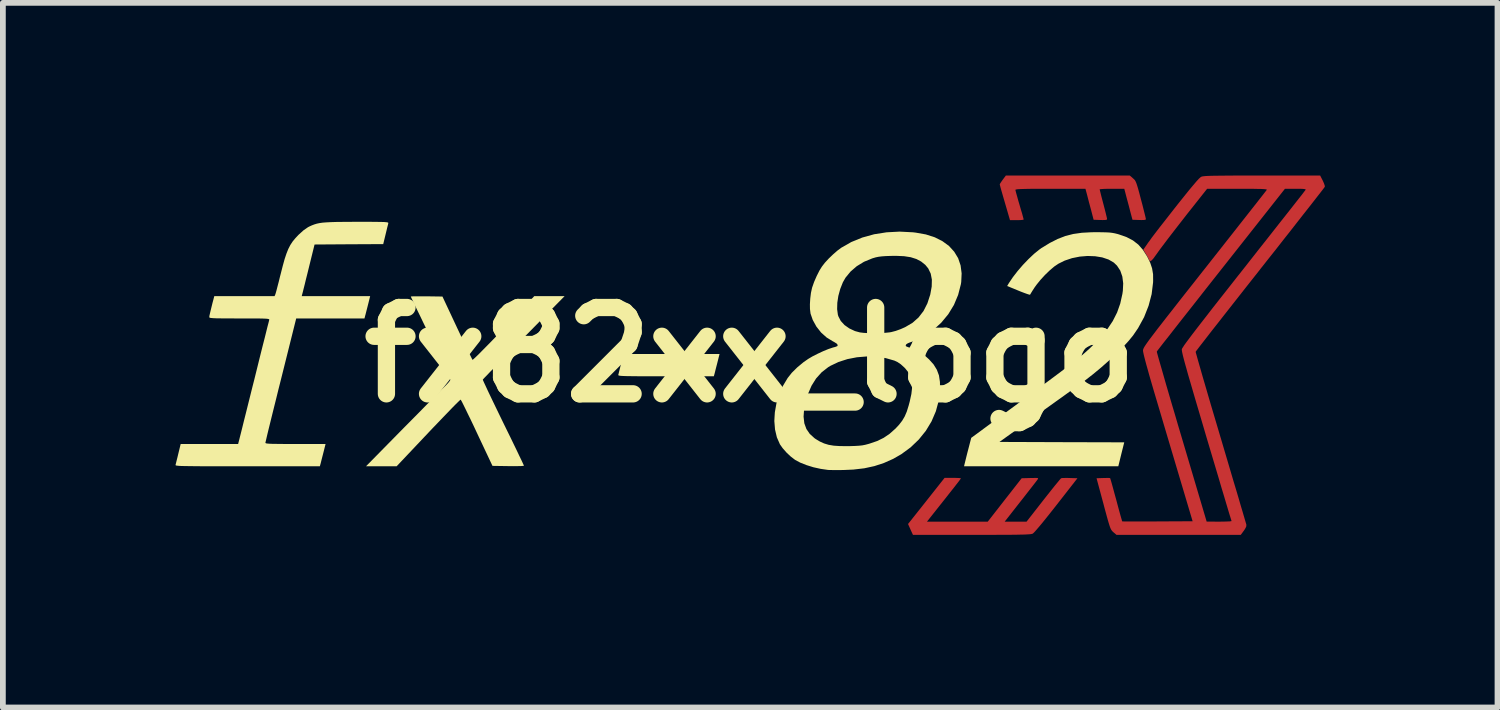
<source format=kicad_pcb>
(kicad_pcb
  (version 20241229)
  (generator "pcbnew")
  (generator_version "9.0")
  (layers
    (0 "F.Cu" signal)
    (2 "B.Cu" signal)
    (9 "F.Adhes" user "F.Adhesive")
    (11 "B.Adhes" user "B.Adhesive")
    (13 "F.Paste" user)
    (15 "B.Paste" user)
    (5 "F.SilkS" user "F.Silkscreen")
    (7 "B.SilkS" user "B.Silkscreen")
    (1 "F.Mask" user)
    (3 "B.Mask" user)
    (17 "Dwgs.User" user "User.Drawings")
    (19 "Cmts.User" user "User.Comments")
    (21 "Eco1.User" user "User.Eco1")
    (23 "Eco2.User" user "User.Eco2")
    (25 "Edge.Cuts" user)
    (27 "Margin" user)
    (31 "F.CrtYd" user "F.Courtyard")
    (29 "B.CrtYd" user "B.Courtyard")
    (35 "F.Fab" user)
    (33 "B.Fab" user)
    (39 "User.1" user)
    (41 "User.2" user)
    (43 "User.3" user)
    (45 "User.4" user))
  (footprint "fx82xx_logo"
    (layer "F.Cu")
    (at 9.985 3.114)
    (property "Reference" "fx82xx_logo" (at 0 0 0) (layer "F.SilkS") (effects (font (size 1.5 1.5) (thickness 0.3))))
    (attr board_only exclude_from_pos_files exclude_from_bom)
    (fp_poly (pts (xy 3.577 2.139) (xy 3.625 2.141) (xy 3.654 2.144) (xy 3.659 2.147) (xy 3.655 2.154) (xy 3.641 2.174) (xy 3.617 2.206) (xy 3.581 2.252) (xy 3.533 2.314) (xy 3.47 2.393) (xy 3.394 2.49) (xy 3.301 2.607) (xy 3.192 2.745) (xy 3.175 2.766) (xy 3.07 2.899) (xy 3.598 2.899) (xy 4.126 2.899) (xy 4.42 2.522) (xy 4.715 2.145) (xy 4.864 2.141) (xy 4.93 2.14) (xy 4.972 2.14) (xy 4.994 2.142) (xy 5.001 2.149) (xy 4.997 2.159) (xy 4.992 2.166) (xy 4.979 2.184) (xy 4.95 2.222) (xy 4.908 2.276) (xy 4.855 2.344) (xy 4.794 2.422) (xy 4.727 2.508) (xy 4.696 2.547) (xy 4.42 2.899) (xy 4.61 2.899) (xy 4.8 2.899) (xy 5.093 2.524) (xy 5.164 2.434) (xy 5.229 2.352) (xy 5.287 2.279) (xy 5.336 2.22) (xy 5.373 2.175) (xy 5.396 2.149) (xy 5.403 2.144) (xy 5.424 2.141) (xy 5.466 2.14) (xy 5.522 2.14) (xy 5.552 2.141) (xy 5.684 2.145) (xy 5.317 2.615) (xy 5.227 2.729) (xy 5.145 2.832) (xy 5.073 2.921) (xy 5.011 2.995) (xy 4.962 3.052) (xy 4.927 3.09) (xy 4.908 3.107) (xy 4.908 3.107) (xy 4.896 3.111) (xy 4.879 3.115) (xy 4.853 3.118) (xy 4.816 3.12) (xy 4.768 3.123) (xy 4.705 3.124) (xy 4.625 3.126) (xy 4.528 3.127) (xy 4.41 3.127) (xy 4.271 3.128) (xy 4.107 3.128) (xy 3.917 3.128) (xy 3.846 3.128) (xy 2.826 3.128) (xy 2.783 3.034) (xy 2.741 2.94) (xy 3.059 2.539) (xy 3.376 2.138) (xy 3.518 2.138)) (stroke (width 0) (type solid)) (fill yes) (layer "F.Cu"))
    (fp_poly (pts (xy 5.517 -3.114) (xy 6.594 -3.114) (xy 6.648 -3.067) (xy 6.666 -3.051) (xy 6.681 -3.035) (xy 6.693 -3.015) (xy 6.706 -2.986) (xy 6.72 -2.945) (xy 6.737 -2.889) (xy 6.758 -2.813) (xy 6.784 -2.713) (xy 6.788 -2.698) (xy 6.813 -2.605) (xy 6.834 -2.521) (xy 6.852 -2.45) (xy 6.865 -2.397) (xy 6.872 -2.364) (xy 6.874 -2.356) (xy 6.866 -2.347) (xy 6.841 -2.342) (xy 6.793 -2.341) (xy 6.757 -2.342) (xy 6.64 -2.346) (xy 6.598 -2.504) (xy 6.578 -2.582) (xy 6.556 -2.664) (xy 6.536 -2.738) (xy 6.527 -2.773) (xy 6.498 -2.884) (xy 6.284 -2.884) (xy 6.209 -2.884) (xy 6.146 -2.882) (xy 6.099 -2.879) (xy 6.074 -2.876) (xy 6.07 -2.874) (xy 6.074 -2.857) (xy 6.084 -2.817) (xy 6.098 -2.759) (xy 6.117 -2.687) (xy 6.135 -2.619) (xy 6.156 -2.539) (xy 6.174 -2.467) (xy 6.188 -2.41) (xy 6.197 -2.371) (xy 6.199 -2.356) (xy 6.192 -2.347) (xy 6.166 -2.342) (xy 6.119 -2.341) (xy 6.082 -2.342) (xy 5.965 -2.346) (xy 5.924 -2.504) (xy 5.903 -2.582) (xy 5.881 -2.664) (xy 5.862 -2.738) (xy 5.853 -2.773) (xy 5.823 -2.884) (xy 5.215 -2.884) (xy 5.062 -2.884) (xy 4.935 -2.884) (xy 4.833 -2.883) (xy 4.752 -2.881) (xy 4.692 -2.879) (xy 4.65 -2.877) (xy 4.623 -2.873) (xy 4.609 -2.869) (xy 4.606 -2.866) (xy 4.61 -2.847) (xy 4.621 -2.805) (xy 4.638 -2.745) (xy 4.658 -2.672) (xy 4.678 -2.605) (xy 4.701 -2.525) (xy 4.722 -2.456) (xy 4.737 -2.4) (xy 4.747 -2.363) (xy 4.75 -2.35) (xy 4.737 -2.345) (xy 4.701 -2.341) (xy 4.651 -2.339) (xy 4.631 -2.339) (xy 4.512 -2.339) (xy 4.423 -2.645) (xy 4.397 -2.734) (xy 4.374 -2.814) (xy 4.355 -2.88) (xy 4.342 -2.929) (xy 4.335 -2.957) (xy 4.334 -2.961) (xy 4.342 -2.977) (xy 4.363 -3.009) (xy 4.387 -3.043) (xy 4.44 -3.114)) (stroke (width 0) (type solid)) (fill yes) (layer "F.Cu"))
    (fp_poly (pts (xy 9.946 -3.026) (xy 9.967 -2.979) (xy 9.98 -2.941) (xy 9.982 -2.919) (xy 9.972 -2.905) (xy 9.946 -2.87) (xy 9.904 -2.816) (xy 9.847 -2.743) (xy 9.777 -2.653) (xy 9.694 -2.547) (xy 9.6 -2.428) (xy 9.496 -2.295) (xy 9.383 -2.15) (xy 9.261 -1.996) (xy 9.133 -1.832) (xy 8.998 -1.662) (xy 8.858 -1.485) (xy 8.858 -1.484) (xy 8.719 -1.308) (xy 8.584 -1.137) (xy 8.456 -0.974) (xy 8.334 -0.819) (xy 8.221 -0.675) (xy 8.117 -0.542) (xy 8.023 -0.423) (xy 7.941 -0.317) (xy 7.871 -0.227) (xy 7.815 -0.155) (xy 7.773 -0.1) (xy 7.747 -0.066) (xy 7.738 -0.053) (xy 7.738 -0.053) (xy 7.741 -0.037) (xy 7.753 0.005) (xy 7.771 0.07) (xy 7.796 0.158) (xy 7.827 0.266) (xy 7.863 0.392) (xy 7.905 0.535) (xy 7.951 0.693) (xy 8.001 0.864) (xy 8.055 1.046) (xy 8.112 1.238) (xy 8.171 1.437) (xy 8.173 1.443) (xy 8.232 1.643) (xy 8.289 1.835) (xy 8.343 2.018) (xy 8.394 2.191) (xy 8.442 2.35) (xy 8.485 2.495) (xy 8.522 2.623) (xy 8.555 2.733) (xy 8.581 2.822) (xy 8.601 2.89) (xy 8.614 2.934) (xy 8.619 2.952) (xy 8.619 2.952) (xy 8.617 2.983) (xy 8.596 3.025) (xy 8.575 3.056) (xy 8.522 3.128) (xy 7.442 3.128) (xy 6.362 3.128) (xy 6.308 3.082) (xy 6.293 3.068) (xy 6.281 3.054) (xy 6.269 3.036) (xy 6.257 3.011) (xy 6.244 2.976) (xy 6.229 2.928) (xy 6.21 2.864) (xy 6.187 2.78) (xy 6.158 2.674) (xy 6.136 2.59) (xy 6.016 2.145) (xy 6.131 2.141) (xy 6.185 2.14) (xy 6.228 2.14) (xy 6.25 2.142) (xy 6.252 2.143) (xy 6.257 2.158) (xy 6.269 2.197) (xy 6.286 2.257) (xy 6.307 2.333) (xy 6.331 2.422) (xy 6.358 2.519) (xy 6.384 2.617) (xy 6.408 2.706) (xy 6.429 2.782) (xy 6.446 2.841) (xy 6.457 2.879) (xy 6.462 2.894) (xy 6.477 2.895) (xy 6.518 2.896) (xy 6.581 2.896) (xy 6.665 2.896) (xy 6.765 2.896) (xy 6.878 2.896) (xy 7.003 2.896) (xy 7.076 2.895) (xy 7.685 2.892) (xy 7.251 1.435) (xy 7.18 1.196) (xy 7.117 0.983) (xy 7.061 0.795) (xy 7.012 0.63) (xy 6.97 0.486) (xy 6.934 0.362) (xy 6.905 0.257) (xy 6.88 0.169) (xy 6.861 0.097) (xy 6.846 0.039) (xy 6.835 -0.006) (xy 6.828 -0.04) (xy 6.825 -0.056) (xy 7.063 -0.056) (xy 7.066 -0.04) (xy 7.077 0.001) (xy 7.095 0.066) (xy 7.12 0.153) (xy 7.151 0.26) (xy 7.187 0.386) (xy 7.228 0.529) (xy 7.274 0.686) (xy 7.324 0.857) (xy 7.378 1.038) (xy 7.434 1.23) (xy 7.493 1.428) (xy 7.929 2.898) (xy 8.148 2.899) (xy 8.223 2.898) (xy 8.287 2.896) (xy 8.333 2.894) (xy 8.358 2.89) (xy 8.361 2.888) (xy 8.357 2.873) (xy 8.344 2.832) (xy 8.324 2.768) (xy 8.298 2.681) (xy 8.266 2.574) (xy 8.229 2.449) (xy 8.186 2.307) (xy 8.14 2.15) (xy 8.089 1.979) (xy 8.035 1.798) (xy 7.978 1.607) (xy 7.921 1.416) (xy 7.851 1.177) (xy 7.788 0.964) (xy 7.732 0.775) (xy 7.684 0.61) (xy 7.642 0.466) (xy 7.606 0.343) (xy 7.577 0.238) (xy 7.552 0.15) (xy 7.533 0.079) (xy 7.518 0.021) (xy 7.508 -0.023) (xy 7.501 -0.056) (xy 7.498 -0.079) (xy 7.497 -0.094) (xy 7.498 -0.096) (xy 7.503 -0.11) (xy 7.518 -0.133) (xy 7.541 -0.169) (xy 7.575 -0.216) (xy 7.62 -0.276) (xy 7.676 -0.351) (xy 7.745 -0.441) (xy 7.826 -0.546) (xy 7.922 -0.669) (xy 8.031 -0.81) (xy 8.156 -0.969) (xy 8.298 -1.149) (xy 8.455 -1.349) (xy 8.573 -1.498) (xy 8.709 -1.671) (xy 8.84 -1.838) (xy 8.966 -1.997) (xy 9.084 -2.147) (xy 9.194 -2.287) (xy 9.295 -2.415) (xy 9.386 -2.53) (xy 9.465 -2.631) (xy 9.531 -2.715) (xy 9.584 -2.782) (xy 9.621 -2.831) (xy 9.643 -2.859) (xy 9.649 -2.866) (xy 9.647 -2.874) (xy 9.629 -2.879) (xy 9.592 -2.883) (xy 9.532 -2.884) (xy 9.474 -2.884) (xy 9.289 -2.884) (xy 8.178 -1.477) (xy 8.039 -1.301) (xy 7.905 -1.131) (xy 7.777 -0.968) (xy 7.656 -0.814) (xy 7.543 -0.671) (xy 7.439 -0.539) (xy 7.346 -0.42) (xy 7.264 -0.315) (xy 7.194 -0.227) (xy 7.138 -0.155) (xy 7.097 -0.102) (xy 7.071 -0.068) (xy 7.063 -0.056) (xy 6.825 -0.056) (xy 6.824 -0.064) (xy 6.823 -0.08) (xy 6.824 -0.083) (xy 6.826 -0.094) (xy 6.831 -0.107) (xy 6.839 -0.124) (xy 6.852 -0.146) (xy 6.871 -0.175) (xy 6.896 -0.211) (xy 6.928 -0.256) (xy 6.969 -0.31) (xy 7.019 -0.376) (xy 7.079 -0.455) (xy 7.151 -0.547) (xy 7.234 -0.654) (xy 7.331 -0.777) (xy 7.441 -0.918) (xy 7.566 -1.077) (xy 7.707 -1.255) (xy 7.864 -1.455) (xy 7.897 -1.496) (xy 8.033 -1.669) (xy 8.165 -1.836) (xy 8.29 -1.995) (xy 8.409 -2.146) (xy 8.519 -2.286) (xy 8.62 -2.414) (xy 8.71 -2.529) (xy 8.79 -2.63) (xy 8.856 -2.715) (xy 8.909 -2.782) (xy 8.947 -2.831) (xy 8.969 -2.859) (xy 8.974 -2.866) (xy 8.972 -2.871) (xy 8.956 -2.875) (xy 8.926 -2.878) (xy 8.878 -2.881) (xy 8.81 -2.882) (xy 8.72 -2.884) (xy 8.607 -2.884) (xy 8.467 -2.884) (xy 8.461 -2.884) (xy 7.937 -2.884) (xy 7.583 -2.437) (xy 7.499 -2.329) (xy 7.414 -2.22) (xy 7.332 -2.114) (xy 7.255 -2.014) (xy 7.188 -1.925) (xy 7.132 -1.851) (xy 7.092 -1.796) (xy 7.039 -1.722) (xy 7.001 -1.67) (xy 6.972 -1.639) (xy 6.942 -1.623) (xy 6.9 -1.708) (xy 6.828 -1.826) (xy 6.883 -1.905) (xy 6.911 -1.946) (xy 6.943 -1.989) (xy 6.977 -2.037) (xy 7.018 -2.091) (xy 7.067 -2.155) (xy 7.124 -2.229) (xy 7.194 -2.318) (xy 7.276 -2.423) (xy 7.373 -2.547) (xy 7.433 -2.623) (xy 7.537 -2.753) (xy 7.623 -2.86) (xy 7.695 -2.946) (xy 7.751 -3.012) (xy 7.793 -3.058) (xy 7.822 -3.084) (xy 7.832 -3.091) (xy 7.844 -3.096) (xy 7.861 -3.1) (xy 7.884 -3.103) (xy 7.917 -3.106) (xy 7.961 -3.108) (xy 8.018 -3.11) (xy 8.09 -3.111) (xy 8.18 -3.112) (xy 8.288 -3.113) (xy 8.418 -3.114) (xy 8.571 -3.114) (xy 8.749 -3.114) (xy 8.89 -3.114) (xy 9.901 -3.114)) (stroke (width 0) (type solid)) (fill yes) (layer "F.Cu"))
    (fp_poly (pts (xy 3.577 2.139) (xy 3.625 2.141) (xy 3.654 2.144) (xy 3.659 2.147) (xy 3.655 2.154) (xy 3.641 2.174) (xy 3.617 2.206) (xy 3.581 2.252) (xy 3.533 2.314) (xy 3.47 2.393) (xy 3.394 2.49) (xy 3.301 2.607) (xy 3.192 2.745) (xy 3.175 2.766) (xy 3.07 2.899) (xy 3.598 2.899) (xy 4.126 2.899) (xy 4.42 2.522) (xy 4.715 2.145) (xy 4.864 2.141) (xy 4.93 2.14) (xy 4.972 2.14) (xy 4.994 2.142) (xy 5.001 2.149) (xy 4.997 2.159) (xy 4.992 2.166) (xy 4.979 2.184) (xy 4.95 2.222) (xy 4.908 2.276) (xy 4.855 2.344) (xy 4.794 2.422) (xy 4.727 2.508) (xy 4.696 2.547) (xy 4.42 2.899) (xy 4.61 2.899) (xy 4.8 2.899) (xy 5.093 2.524) (xy 5.164 2.434) (xy 5.229 2.352) (xy 5.287 2.279) (xy 5.336 2.22) (xy 5.373 2.175) (xy 5.396 2.149) (xy 5.403 2.144) (xy 5.424 2.141) (xy 5.466 2.14) (xy 5.522 2.14) (xy 5.552 2.141) (xy 5.684 2.145) (xy 5.317 2.615) (xy 5.227 2.729) (xy 5.145 2.832) (xy 5.073 2.921) (xy 5.011 2.995) (xy 4.962 3.052) (xy 4.927 3.09) (xy 4.908 3.107) (xy 4.908 3.107) (xy 4.896 3.111) (xy 4.879 3.115) (xy 4.853 3.118) (xy 4.816 3.12) (xy 4.768 3.123) (xy 4.705 3.124) (xy 4.625 3.126) (xy 4.528 3.127) (xy 4.41 3.127) (xy 4.271 3.128) (xy 4.107 3.128) (xy 3.917 3.128) (xy 3.846 3.128) (xy 2.826 3.128) (xy 2.783 3.034) (xy 2.741 2.94) (xy 3.059 2.539) (xy 3.376 2.138) (xy 3.518 2.138)) (stroke (width 0) (type solid)) (fill yes) (layer "F.Mask"))
    (fp_poly (pts (xy 5.517 -3.114) (xy 6.594 -3.114) (xy 6.648 -3.067) (xy 6.666 -3.051) (xy 6.681 -3.035) (xy 6.693 -3.015) (xy 6.706 -2.986) (xy 6.72 -2.945) (xy 6.737 -2.889) (xy 6.758 -2.813) (xy 6.784 -2.713) (xy 6.788 -2.698) (xy 6.813 -2.605) (xy 6.834 -2.521) (xy 6.852 -2.45) (xy 6.865 -2.397) (xy 6.872 -2.364) (xy 6.874 -2.356) (xy 6.866 -2.347) (xy 6.841 -2.342) (xy 6.793 -2.341) (xy 6.757 -2.342) (xy 6.64 -2.346) (xy 6.598 -2.504) (xy 6.578 -2.582) (xy 6.556 -2.664) (xy 6.536 -2.738) (xy 6.527 -2.773) (xy 6.498 -2.884) (xy 6.284 -2.884) (xy 6.209 -2.884) (xy 6.146 -2.882) (xy 6.099 -2.879) (xy 6.074 -2.876) (xy 6.07 -2.874) (xy 6.074 -2.857) (xy 6.084 -2.817) (xy 6.098 -2.759) (xy 6.117 -2.687) (xy 6.135 -2.619) (xy 6.156 -2.539) (xy 6.174 -2.467) (xy 6.188 -2.41) (xy 6.197 -2.371) (xy 6.199 -2.356) (xy 6.192 -2.347) (xy 6.166 -2.342) (xy 6.119 -2.341) (xy 6.082 -2.342) (xy 5.965 -2.346) (xy 5.924 -2.504) (xy 5.903 -2.582) (xy 5.881 -2.664) (xy 5.862 -2.738) (xy 5.853 -2.773) (xy 5.823 -2.884) (xy 5.215 -2.884) (xy 5.062 -2.884) (xy 4.935 -2.884) (xy 4.833 -2.883) (xy 4.752 -2.881) (xy 4.692 -2.879) (xy 4.65 -2.877) (xy 4.623 -2.873) (xy 4.609 -2.869) (xy 4.606 -2.866) (xy 4.61 -2.847) (xy 4.621 -2.805) (xy 4.638 -2.745) (xy 4.658 -2.672) (xy 4.678 -2.605) (xy 4.701 -2.525) (xy 4.722 -2.456) (xy 4.737 -2.4) (xy 4.747 -2.363) (xy 4.75 -2.35) (xy 4.737 -2.345) (xy 4.701 -2.341) (xy 4.651 -2.339) (xy 4.631 -2.339) (xy 4.512 -2.339) (xy 4.423 -2.645) (xy 4.397 -2.734) (xy 4.374 -2.814) (xy 4.355 -2.88) (xy 4.342 -2.929) (xy 4.335 -2.957) (xy 4.334 -2.961) (xy 4.342 -2.977) (xy 4.363 -3.009) (xy 4.387 -3.043) (xy 4.44 -3.114)) (stroke (width 0) (type solid)) (fill yes) (layer "F.Mask"))
    (fp_poly (pts (xy 9.946 -3.026) (xy 9.967 -2.979) (xy 9.98 -2.941) (xy 9.982 -2.919) (xy 9.972 -2.905) (xy 9.946 -2.87) (xy 9.904 -2.816) (xy 9.847 -2.743) (xy 9.777 -2.653) (xy 9.694 -2.547) (xy 9.6 -2.428) (xy 9.496 -2.295) (xy 9.383 -2.15) (xy 9.261 -1.996) (xy 9.133 -1.832) (xy 8.998 -1.662) (xy 8.858 -1.485) (xy 8.858 -1.484) (xy 8.719 -1.308) (xy 8.584 -1.137) (xy 8.456 -0.974) (xy 8.334 -0.819) (xy 8.221 -0.675) (xy 8.117 -0.542) (xy 8.023 -0.423) (xy 7.941 -0.317) (xy 7.871 -0.227) (xy 7.815 -0.155) (xy 7.773 -0.1) (xy 7.747 -0.066) (xy 7.738 -0.053) (xy 7.738 -0.053) (xy 7.741 -0.037) (xy 7.753 0.005) (xy 7.771 0.07) (xy 7.796 0.158) (xy 7.827 0.266) (xy 7.863 0.392) (xy 7.905 0.535) (xy 7.951 0.693) (xy 8.001 0.864) (xy 8.055 1.046) (xy 8.112 1.238) (xy 8.171 1.437) (xy 8.173 1.443) (xy 8.232 1.643) (xy 8.289 1.835) (xy 8.343 2.018) (xy 8.394 2.191) (xy 8.442 2.35) (xy 8.485 2.495) (xy 8.522 2.623) (xy 8.555 2.733) (xy 8.581 2.822) (xy 8.601 2.89) (xy 8.614 2.934) (xy 8.619 2.952) (xy 8.619 2.952) (xy 8.617 2.983) (xy 8.596 3.025) (xy 8.575 3.056) (xy 8.522 3.128) (xy 7.442 3.128) (xy 6.362 3.128) (xy 6.308 3.082) (xy 6.293 3.068) (xy 6.281 3.054) (xy 6.269 3.036) (xy 6.257 3.011) (xy 6.244 2.976) (xy 6.229 2.928) (xy 6.21 2.864) (xy 6.187 2.78) (xy 6.158 2.674) (xy 6.136 2.59) (xy 6.016 2.145) (xy 6.131 2.141) (xy 6.185 2.14) (xy 6.228 2.14) (xy 6.25 2.142) (xy 6.252 2.143) (xy 6.257 2.158) (xy 6.269 2.197) (xy 6.286 2.257) (xy 6.307 2.333) (xy 6.331 2.422) (xy 6.358 2.519) (xy 6.384 2.617) (xy 6.408 2.706) (xy 6.429 2.782) (xy 6.446 2.841) (xy 6.457 2.879) (xy 6.462 2.894) (xy 6.477 2.895) (xy 6.518 2.896) (xy 6.581 2.896) (xy 6.665 2.896) (xy 6.765 2.896) (xy 6.878 2.896) (xy 7.003 2.896) (xy 7.076 2.895) (xy 7.685 2.892) (xy 7.251 1.435) (xy 7.18 1.196) (xy 7.117 0.983) (xy 7.061 0.795) (xy 7.012 0.63) (xy 6.97 0.486) (xy 6.934 0.362) (xy 6.905 0.257) (xy 6.88 0.169) (xy 6.861 0.097) (xy 6.846 0.039) (xy 6.835 -0.006) (xy 6.828 -0.04) (xy 6.825 -0.056) (xy 7.063 -0.056) (xy 7.066 -0.04) (xy 7.077 0.001) (xy 7.095 0.066) (xy 7.12 0.153) (xy 7.151 0.26) (xy 7.187 0.386) (xy 7.228 0.529) (xy 7.274 0.686) (xy 7.324 0.857) (xy 7.378 1.038) (xy 7.434 1.23) (xy 7.493 1.428) (xy 7.929 2.898) (xy 8.148 2.899) (xy 8.223 2.898) (xy 8.287 2.896) (xy 8.333 2.894) (xy 8.358 2.89) (xy 8.361 2.888) (xy 8.357 2.873) (xy 8.344 2.832) (xy 8.324 2.768) (xy 8.298 2.681) (xy 8.266 2.574) (xy 8.229 2.449) (xy 8.186 2.307) (xy 8.14 2.15) (xy 8.089 1.979) (xy 8.035 1.798) (xy 7.978 1.607) (xy 7.921 1.416) (xy 7.851 1.177) (xy 7.788 0.964) (xy 7.732 0.775) (xy 7.684 0.61) (xy 7.642 0.466) (xy 7.606 0.343) (xy 7.577 0.238) (xy 7.552 0.15) (xy 7.533 0.079) (xy 7.518 0.021) (xy 7.508 -0.023) (xy 7.501 -0.056) (xy 7.498 -0.079) (xy 7.497 -0.094) (xy 7.498 -0.096) (xy 7.503 -0.11) (xy 7.518 -0.133) (xy 7.541 -0.169) (xy 7.575 -0.216) (xy 7.62 -0.276) (xy 7.676 -0.351) (xy 7.745 -0.441) (xy 7.826 -0.546) (xy 7.922 -0.669) (xy 8.031 -0.81) (xy 8.156 -0.969) (xy 8.298 -1.149) (xy 8.455 -1.349) (xy 8.573 -1.498) (xy 8.709 -1.671) (xy 8.84 -1.838) (xy 8.966 -1.997) (xy 9.084 -2.147) (xy 9.194 -2.287) (xy 9.295 -2.415) (xy 9.386 -2.53) (xy 9.465 -2.631) (xy 9.531 -2.715) (xy 9.584 -2.782) (xy 9.621 -2.831) (xy 9.643 -2.859) (xy 9.649 -2.866) (xy 9.647 -2.874) (xy 9.629 -2.879) (xy 9.592 -2.883) (xy 9.532 -2.884) (xy 9.474 -2.884) (xy 9.289 -2.884) (xy 8.178 -1.477) (xy 8.039 -1.301) (xy 7.905 -1.131) (xy 7.777 -0.968) (xy 7.656 -0.814) (xy 7.543 -0.671) (xy 7.439 -0.539) (xy 7.346 -0.42) (xy 7.264 -0.315) (xy 7.194 -0.227) (xy 7.138 -0.155) (xy 7.097 -0.102) (xy 7.071 -0.068) (xy 7.063 -0.056) (xy 6.825 -0.056) (xy 6.824 -0.064) (xy 6.823 -0.08) (xy 6.824 -0.083) (xy 6.826 -0.094) (xy 6.831 -0.107) (xy 6.839 -0.124) (xy 6.852 -0.146) (xy 6.871 -0.175) (xy 6.896 -0.211) (xy 6.928 -0.256) (xy 6.969 -0.31) (xy 7.019 -0.376) (xy 7.079 -0.455) (xy 7.151 -0.547) (xy 7.234 -0.654) (xy 7.331 -0.777) (xy 7.441 -0.918) (xy 7.566 -1.077) (xy 7.707 -1.255) (xy 7.864 -1.455) (xy 7.897 -1.496) (xy 8.033 -1.669) (xy 8.165 -1.836) (xy 8.29 -1.995) (xy 8.409 -2.146) (xy 8.519 -2.286) (xy 8.62 -2.414) (xy 8.71 -2.529) (xy 8.79 -2.63) (xy 8.856 -2.715) (xy 8.909 -2.782) (xy 8.947 -2.831) (xy 8.969 -2.859) (xy 8.974 -2.866) (xy 8.972 -2.871) (xy 8.956 -2.875) (xy 8.926 -2.878) (xy 8.878 -2.881) (xy 8.81 -2.882) (xy 8.72 -2.884) (xy 8.607 -2.884) (xy 8.467 -2.884) (xy 8.461 -2.884) (xy 7.937 -2.884) (xy 7.583 -2.437) (xy 7.499 -2.329) (xy 7.414 -2.22) (xy 7.332 -2.114) (xy 7.255 -2.014) (xy 7.188 -1.925) (xy 7.132 -1.851) (xy 7.092 -1.796) (xy 7.039 -1.722) (xy 7.001 -1.67) (xy 6.972 -1.639) (xy 6.942 -1.623) (xy 6.9 -1.708) (xy 6.828 -1.826) (xy 6.883 -1.905) (xy 6.911 -1.946) (xy 6.943 -1.989) (xy 6.977 -2.037) (xy 7.018 -2.091) (xy 7.067 -2.155) (xy 7.124 -2.229) (xy 7.194 -2.318) (xy 7.276 -2.423) (xy 7.373 -2.547) (xy 7.433 -2.623) (xy 7.537 -2.753) (xy 7.623 -2.86) (xy 7.695 -2.946) (xy 7.751 -3.012) (xy 7.793 -3.058) (xy 7.822 -3.084) (xy 7.832 -3.091) (xy 7.844 -3.096) (xy 7.861 -3.1) (xy 7.884 -3.103) (xy 7.917 -3.106) (xy 7.961 -3.108) (xy 8.018 -3.11) (xy 8.09 -3.111) (xy 8.18 -3.112) (xy 8.288 -3.113) (xy 8.418 -3.114) (xy 8.571 -3.114) (xy 8.749 -3.114) (xy 8.89 -3.114) (xy 9.901 -3.114)) (stroke (width 0) (type solid)) (fill yes) (layer "F.Mask"))
    (fp_poly (pts (xy -0.569 0.126) (xy -0.586 0.192) (xy -0.602 0.254) (xy -0.614 0.303) (xy -0.618 0.319) (xy -0.633 0.373) (xy -1.466 0.373) (xy -1.642 0.373) (xy -1.791 0.373) (xy -1.916 0.373) (xy -2.018 0.372) (xy -2.1 0.371) (xy -2.165 0.37) (xy -2.213 0.368) (xy -2.248 0.366) (xy -2.271 0.363) (xy -2.285 0.36) (xy -2.292 0.355) (xy -2.293 0.35) (xy -2.293 0.348) (xy -2.287 0.325) (xy -2.276 0.28) (xy -2.261 0.22) (xy -2.245 0.154) (xy -2.204 -0.014) (xy -1.369 -0.014) (xy -0.534 -0.014)) (stroke (width 0) (type solid)) (fill yes) (layer "F.SilkS"))
    (fp_poly (pts (xy 6.11 -2.129) (xy 6.185 -2.127) (xy 6.243 -2.124) (xy 6.291 -2.118) (xy 6.334 -2.11) (xy 6.379 -2.099) (xy 6.403 -2.092) (xy 6.537 -2.045) (xy 6.648 -1.987) (xy 6.741 -1.915) (xy 6.821 -1.824) (xy 6.893 -1.711) (xy 6.895 -1.708) (xy 6.948 -1.6) (xy 6.981 -1.501) (xy 6.998 -1.399) (xy 6.999 -1.285) (xy 6.998 -1.256) (xy 6.973 -1.053) (xy 6.92 -0.852) (xy 6.842 -0.654) (xy 6.738 -0.464) (xy 6.65 -0.335) (xy 6.573 -0.241) (xy 6.476 -0.135) (xy 6.362 -0.021) (xy 6.235 0.098) (xy 6.099 0.218) (xy 5.957 0.336) (xy 5.813 0.448) (xy 5.805 0.454) (xy 5.772 0.478) (xy 5.718 0.518) (xy 5.646 0.57) (xy 5.558 0.633) (xy 5.457 0.706) (xy 5.345 0.786) (xy 5.225 0.872) (xy 5.099 0.962) (xy 5.009 1.027) (xy 4.329 1.514) (xy 5.413 1.518) (xy 6.497 1.521) (xy 6.445 1.729) (xy 6.394 1.937) (xy 5.054 1.937) (xy 3.714 1.937) (xy 3.723 1.898) (xy 3.73 1.87) (xy 3.742 1.821) (xy 3.758 1.756) (xy 3.777 1.681) (xy 3.785 1.651) (xy 3.839 1.443) (xy 4.693 0.815) (xy 4.872 0.683) (xy 5.03 0.566) (xy 5.168 0.464) (xy 5.289 0.374) (xy 5.393 0.296) (xy 5.483 0.228) (xy 5.561 0.169) (xy 5.628 0.117) (xy 5.686 0.071) (xy 5.737 0.029) (xy 5.783 -0.009) (xy 5.825 -0.046) (xy 5.865 -0.082) (xy 5.905 -0.119) (xy 5.932 -0.145) (xy 6.079 -0.294) (xy 6.2 -0.44) (xy 6.297 -0.585) (xy 6.373 -0.735) (xy 6.428 -0.891) (xy 6.465 -1.058) (xy 6.473 -1.113) (xy 6.479 -1.241) (xy 6.464 -1.359) (xy 6.428 -1.463) (xy 6.371 -1.549) (xy 6.316 -1.602) (xy 6.225 -1.655) (xy 6.115 -1.692) (xy 5.992 -1.712) (xy 5.86 -1.717) (xy 5.725 -1.706) (xy 5.59 -1.679) (xy 5.462 -1.636) (xy 5.353 -1.582) (xy 5.282 -1.534) (xy 5.203 -1.467) (xy 5.121 -1.388) (xy 5.042 -1.302) (xy 4.974 -1.218) (xy 4.94 -1.171) (xy 4.907 -1.12) (xy 4.881 -1.078) (xy 4.865 -1.051) (xy 4.861 -1.045) (xy 4.847 -1.045) (xy 4.812 -1.056) (xy 4.759 -1.075) (xy 4.694 -1.1) (xy 4.66 -1.114) (xy 4.463 -1.195) (xy 4.494 -1.247) (xy 4.562 -1.348) (xy 4.644 -1.454) (xy 4.736 -1.561) (xy 4.833 -1.662) (xy 4.929 -1.753) (xy 5.019 -1.826) (xy 5.058 -1.854) (xy 5.204 -1.943) (xy 5.34 -2.012) (xy 5.474 -2.064) (xy 5.612 -2.099) (xy 5.761 -2.12) (xy 5.927 -2.129) (xy 6.013 -2.13)) (stroke (width 0) (type solid)) (fill yes) (layer "F.SilkS"))
    (fp_poly (pts (xy -3.489 -1.019) (xy -3.226 -1.019) (xy -3.934 -0.3) (xy -4.052 -0.181) (xy -4.164 -0.067) (xy -4.268 0.039) (xy -4.362 0.136) (xy -4.446 0.222) (xy -4.518 0.295) (xy -4.575 0.355) (xy -4.617 0.398) (xy -4.641 0.424) (xy -4.647 0.431) (xy -4.642 0.446) (xy -4.625 0.484) (xy -4.597 0.544) (xy -4.561 0.622) (xy -4.516 0.716) (xy -4.464 0.825) (xy -4.406 0.945) (xy -4.343 1.075) (xy -4.292 1.18) (xy -4.226 1.315) (xy -4.163 1.443) (xy -4.106 1.561) (xy -4.055 1.666) (xy -4.012 1.757) (xy -3.976 1.831) (xy -3.951 1.885) (xy -3.936 1.918) (xy -3.932 1.927) (xy -3.946 1.93) (xy -3.983 1.933) (xy -4.041 1.934) (xy -4.115 1.935) (xy -4.199 1.934) (xy -4.206 1.934) (xy -4.479 1.93) (xy -4.749 1.357) (xy -4.805 1.237) (xy -4.858 1.126) (xy -4.907 1.026) (xy -4.949 0.939) (xy -4.984 0.868) (xy -5.01 0.816) (xy -5.027 0.786) (xy -5.032 0.779) (xy -5.044 0.788) (xy -5.074 0.817) (xy -5.12 0.862) (xy -5.18 0.923) (xy -5.252 0.998) (xy -5.335 1.084) (xy -5.427 1.18) (xy -5.526 1.283) (xy -5.595 1.356) (xy -6.144 1.937) (xy -6.41 1.937) (xy -6.676 1.937) (xy -6.016 1.266) (xy -5.9 1.149) (xy -5.788 1.036) (xy -5.683 0.929) (xy -5.586 0.83) (xy -5.498 0.742) (xy -5.423 0.666) (xy -5.361 0.603) (xy -5.315 0.557) (xy -5.287 0.529) (xy -5.282 0.524) (xy -5.246 0.486) (xy -5.22 0.453) (xy -5.209 0.432) (xy -5.209 0.431) (xy -5.215 0.414) (xy -5.233 0.374) (xy -5.261 0.313) (xy -5.298 0.234) (xy -5.343 0.138) (xy -5.395 0.029) (xy -5.453 -0.091) (xy -5.516 -0.22) (xy -5.554 -0.298) (xy -5.618 -0.43) (xy -5.679 -0.555) (xy -5.734 -0.67) (xy -5.784 -0.772) (xy -5.826 -0.859) (xy -5.859 -0.928) (xy -5.883 -0.979) (xy -5.896 -1.007) (xy -5.898 -1.012) (xy -5.884 -1.014) (xy -5.846 -1.016) (xy -5.789 -1.016) (xy -5.715 -1.016) (xy -5.631 -1.016) (xy -5.623 -1.016) (xy -5.348 -1.012) (xy -5.093 -0.468) (xy -5.038 -0.351) (xy -4.986 -0.242) (xy -4.94 -0.145) (xy -4.899 -0.06) (xy -4.866 0.008) (xy -4.842 0.057) (xy -4.828 0.084) (xy -4.826 0.088) (xy -4.814 0.08) (xy -4.784 0.053) (xy -4.738 0.009) (xy -4.678 -0.051) (xy -4.605 -0.125) (xy -4.521 -0.21) (xy -4.428 -0.306) (xy -4.328 -0.41) (xy -4.222 -0.521) (xy -4.112 -0.637) (xy -3.999 -0.756) (xy -3.887 -0.876) (xy -3.853 -0.912) (xy -3.753 -1.019)) (stroke (width 0) (type solid)) (fill yes) (layer "F.SilkS"))
    (fp_poly (pts (xy -6.692 -2.31) (xy -6.578 -2.31) (xy -6.487 -2.309) (xy -6.417 -2.308) (xy -6.366 -2.307) (xy -6.33 -2.304) (xy -6.306 -2.301) (xy -6.294 -2.297) (xy -6.289 -2.292) (xy -6.289 -2.286) (xy -6.289 -2.285) (xy -6.294 -2.262) (xy -6.306 -2.217) (xy -6.32 -2.158) (xy -6.336 -2.092) (xy -6.377 -1.923) (xy -6.974 -1.92) (xy -7.57 -1.916) (xy -7.671 -1.507) (xy -7.697 -1.401) (xy -7.722 -1.302) (xy -7.743 -1.215) (xy -7.761 -1.144) (xy -7.774 -1.091) (xy -7.782 -1.061) (xy -7.783 -1.058) (xy -7.793 -1.019) (xy -7.198 -1.019) (xy -6.604 -1.019) (xy -6.639 -0.879) (xy -6.656 -0.812) (xy -6.672 -0.75) (xy -6.684 -0.702) (xy -6.689 -0.685) (xy -6.703 -0.631) (xy -7.296 -0.631) (xy -7.889 -0.631) (xy -8.156 0.438) (xy -8.199 0.608) (xy -8.239 0.771) (xy -8.277 0.923) (xy -8.312 1.064) (xy -8.343 1.19) (xy -8.37 1.299) (xy -8.392 1.39) (xy -8.408 1.459) (xy -8.419 1.506) (xy -8.424 1.527) (xy -8.424 1.528) (xy -8.421 1.534) (xy -8.41 1.539) (xy -8.39 1.542) (xy -8.356 1.545) (xy -8.307 1.547) (xy -8.24 1.548) (xy -8.152 1.549) (xy -8.041 1.55) (xy -7.903 1.55) (xy -7.901 1.55) (xy -7.379 1.55) (xy -7.414 1.69) (xy -7.431 1.756) (xy -7.447 1.818) (xy -7.459 1.867) (xy -7.463 1.883) (xy -7.478 1.937) (xy -8.734 1.937) (xy -8.953 1.937) (xy -9.145 1.937) (xy -9.312 1.937) (xy -9.455 1.937) (xy -9.577 1.936) (xy -9.678 1.935) (xy -9.762 1.934) (xy -9.829 1.933) (xy -9.881 1.932) (xy -9.921 1.93) (xy -9.949 1.927) (xy -9.968 1.925) (xy -9.979 1.922) (xy -9.984 1.918) (xy -9.985 1.914) (xy -9.985 1.912) (xy -9.979 1.889) (xy -9.968 1.844) (xy -9.953 1.785) (xy -9.937 1.718) (xy -9.896 1.55) (xy -9.397 1.55) (xy -8.898 1.55) (xy -8.884 1.496) (xy -8.878 1.473) (xy -8.866 1.425) (xy -8.848 1.354) (xy -8.825 1.262) (xy -8.798 1.152) (xy -8.766 1.025) (xy -8.731 0.885) (xy -8.693 0.733) (xy -8.653 0.572) (xy -8.617 0.431) (xy -8.576 0.265) (xy -8.537 0.107) (xy -8.5 -0.042) (xy -8.466 -0.177) (xy -8.435 -0.298) (xy -8.409 -0.403) (xy -8.388 -0.488) (xy -8.371 -0.552) (xy -8.361 -0.592) (xy -8.358 -0.606) (xy -8.357 -0.613) (xy -8.361 -0.618) (xy -8.374 -0.622) (xy -8.396 -0.626) (xy -8.432 -0.628) (xy -8.484 -0.63) (xy -8.554 -0.631) (xy -8.645 -0.631) (xy -8.76 -0.631) (xy -8.875 -0.631) (xy -9.012 -0.632) (xy -9.124 -0.632) (xy -9.212 -0.633) (xy -9.279 -0.634) (xy -9.328 -0.636) (xy -9.362 -0.639) (xy -9.384 -0.642) (xy -9.395 -0.647) (xy -9.399 -0.652) (xy -9.399 -0.654) (xy -9.396 -0.681) (xy -9.384 -0.733) (xy -9.366 -0.808) (xy -9.342 -0.905) (xy -9.326 -0.965) (xy -9.312 -1.019) (xy -8.789 -1.019) (xy -8.265 -1.019) (xy -8.251 -1.051) (xy -8.244 -1.074) (xy -8.231 -1.12) (xy -8.214 -1.186) (xy -8.193 -1.266) (xy -8.171 -1.356) (xy -8.158 -1.406) (xy -8.122 -1.547) (xy -8.09 -1.663) (xy -8.058 -1.759) (xy -8.026 -1.839) (xy -7.991 -1.907) (xy -7.951 -1.968) (xy -7.905 -2.024) (xy -7.851 -2.082) (xy -7.851 -2.082) (xy -7.764 -2.161) (xy -7.685 -2.216) (xy -7.658 -2.23) (xy -7.616 -2.249) (xy -7.574 -2.265) (xy -7.531 -2.278) (xy -7.484 -2.288) (xy -7.428 -2.296) (xy -7.36 -2.301) (xy -7.279 -2.305) (xy -7.18 -2.308) (xy -7.06 -2.309) (xy -6.916 -2.31) (xy -6.833 -2.31)) (stroke (width 0) (type solid)) (fill yes) (layer "F.SilkS"))
    (fp_poly (pts (xy 2.828 -2.128) (xy 2.877 -2.122) (xy 3.051 -2.091) (xy 3.206 -2.041) (xy 3.34 -1.973) (xy 3.453 -1.89) (xy 3.543 -1.791) (xy 3.611 -1.679) (xy 3.654 -1.553) (xy 3.672 -1.415) (xy 3.665 -1.266) (xy 3.659 -1.226) (xy 3.611 -1.04) (xy 3.538 -0.866) (xy 3.44 -0.705) (xy 3.319 -0.559) (xy 3.211 -0.46) (xy 3.144 -0.41) (xy 3.063 -0.357) (xy 2.975 -0.306) (xy 2.889 -0.262) (xy 2.813 -0.228) (xy 2.774 -0.215) (xy 2.735 -0.199) (xy 2.709 -0.181) (xy 2.705 -0.175) (xy 2.701 -0.162) (xy 2.702 -0.152) (xy 2.716 -0.143) (xy 2.747 -0.131) (xy 2.79 -0.116) (xy 2.929 -0.053) (xy 3.056 0.035) (xy 3.106 0.08) (xy 3.185 0.168) (xy 3.241 0.259) (xy 3.278 0.358) (xy 3.295 0.471) (xy 3.297 0.602) (xy 3.297 0.609) (xy 3.274 0.798) (xy 3.224 0.982) (xy 3.149 1.157) (xy 3.05 1.321) (xy 2.928 1.472) (xy 2.786 1.608) (xy 2.624 1.727) (xy 2.483 1.808) (xy 2.321 1.88) (xy 2.156 1.934) (xy 1.981 1.972) (xy 1.792 1.994) (xy 1.636 2.001) (xy 1.553 2.003) (xy 1.475 2.003) (xy 1.409 2.002) (xy 1.362 2.001) (xy 1.349 2) (xy 1.224 1.982) (xy 1.097 1.954) (xy 0.975 1.916) (xy 0.867 1.873) (xy 0.779 1.826) (xy 0.775 1.823) (xy 0.701 1.766) (xy 0.628 1.697) (xy 0.563 1.623) (xy 0.515 1.555) (xy 0.462 1.434) (xy 0.43 1.298) (xy 0.418 1.151) (xy 0.422 1.075) (xy 0.926 1.075) (xy 0.939 1.19) (xy 0.975 1.289) (xy 1.034 1.375) (xy 1.116 1.449) (xy 1.136 1.463) (xy 1.209 1.507) (xy 1.282 1.54) (xy 1.361 1.564) (xy 1.451 1.579) (xy 1.556 1.586) (xy 1.684 1.587) (xy 1.722 1.587) (xy 1.815 1.584) (xy 1.886 1.58) (xy 1.944 1.574) (xy 1.996 1.564) (xy 2.049 1.55) (xy 2.073 1.543) (xy 2.205 1.498) (xy 2.317 1.443) (xy 2.418 1.375) (xy 2.516 1.288) (xy 2.52 1.285) (xy 2.587 1.213) (xy 2.64 1.144) (xy 2.683 1.071) (xy 2.719 0.987) (xy 2.751 0.884) (xy 2.77 0.813) (xy 2.799 0.68) (xy 2.812 0.567) (xy 2.808 0.471) (xy 2.788 0.387) (xy 2.751 0.311) (xy 2.694 0.239) (xy 2.677 0.221) (xy 2.614 0.164) (xy 2.556 0.125) (xy 2.504 0.101) (xy 2.354 0.058) (xy 2.192 0.034) (xy 2.023 0.029) (xy 1.853 0.043) (xy 1.688 0.075) (xy 1.533 0.125) (xy 1.394 0.191) (xy 1.354 0.215) (xy 1.239 0.305) (xy 1.143 0.412) (xy 1.064 0.538) (xy 1 0.686) (xy 0.966 0.796) (xy 0.935 0.945) (xy 0.926 1.075) (xy 0.422 1.075) (xy 0.427 0.998) (xy 0.455 0.841) (xy 0.503 0.686) (xy 0.57 0.536) (xy 0.649 0.404) (xy 0.722 0.312) (xy 0.816 0.219) (xy 0.923 0.13) (xy 1.006 0.072) (xy 1.082 0.027) (xy 1.171 -0.018) (xy 1.265 -0.062) (xy 1.355 -0.099) (xy 1.435 -0.126) (xy 1.474 -0.136) (xy 1.511 -0.15) (xy 1.52 -0.169) (xy 1.502 -0.194) (xy 1.456 -0.223) (xy 1.433 -0.235) (xy 1.327 -0.3) (xy 1.23 -0.387) (xy 1.148 -0.491) (xy 1.085 -0.606) (xy 1.047 -0.716) (xy 1.038 -0.789) (xy 1.037 -0.792) (xy 1.509 -0.792) (xy 1.522 -0.695) (xy 1.531 -0.667) (xy 1.572 -0.588) (xy 1.637 -0.517) (xy 1.721 -0.458) (xy 1.819 -0.412) (xy 1.904 -0.389) (xy 1.97 -0.381) (xy 2.056 -0.376) (xy 2.152 -0.375) (xy 2.252 -0.377) (xy 2.345 -0.382) (xy 2.423 -0.39) (xy 2.451 -0.395) (xy 2.527 -0.415) (xy 2.613 -0.446) (xy 2.692 -0.481) (xy 2.819 -0.556) (xy 2.924 -0.649) (xy 3.01 -0.761) (xy 3.077 -0.893) (xy 3.127 -1.047) (xy 3.152 -1.185) (xy 3.155 -1.305) (xy 3.135 -1.41) (xy 3.092 -1.5) (xy 3.041 -1.562) (xy 2.969 -1.62) (xy 2.886 -1.664) (xy 2.788 -1.695) (xy 2.672 -1.713) (xy 2.534 -1.719) (xy 2.447 -1.718) (xy 2.355 -1.715) (xy 2.285 -1.71) (xy 2.229 -1.703) (xy 2.18 -1.693) (xy 2.129 -1.678) (xy 2.117 -1.674) (xy 1.976 -1.616) (xy 1.85 -1.539) (xy 1.742 -1.446) (xy 1.655 -1.34) (xy 1.609 -1.26) (xy 1.563 -1.144) (xy 1.53 -1.023) (xy 1.512 -0.904) (xy 1.509 -0.792) (xy 1.037 -0.792) (xy 1.036 -0.879) (xy 1.042 -0.978) (xy 1.054 -1.075) (xy 1.073 -1.162) (xy 1.075 -1.169) (xy 1.109 -1.266) (xy 1.154 -1.369) (xy 1.203 -1.466) (xy 1.245 -1.533) (xy 1.295 -1.598) (xy 1.362 -1.671) (xy 1.438 -1.744) (xy 1.515 -1.811) (xy 1.581 -1.86) (xy 1.755 -1.959) (xy 1.946 -2.037) (xy 2.152 -2.094) (xy 2.369 -2.128) (xy 2.595 -2.14)) (stroke (width 0) (type solid)) (fill yes) (layer "F.SilkS")))
  (gr_rect
    (start -3 -3)
    (end 22.967 9.242)
    (stroke (width 0.1) (type default))
    (fill no)
    (layer "Edge.Cuts")))
</source>
